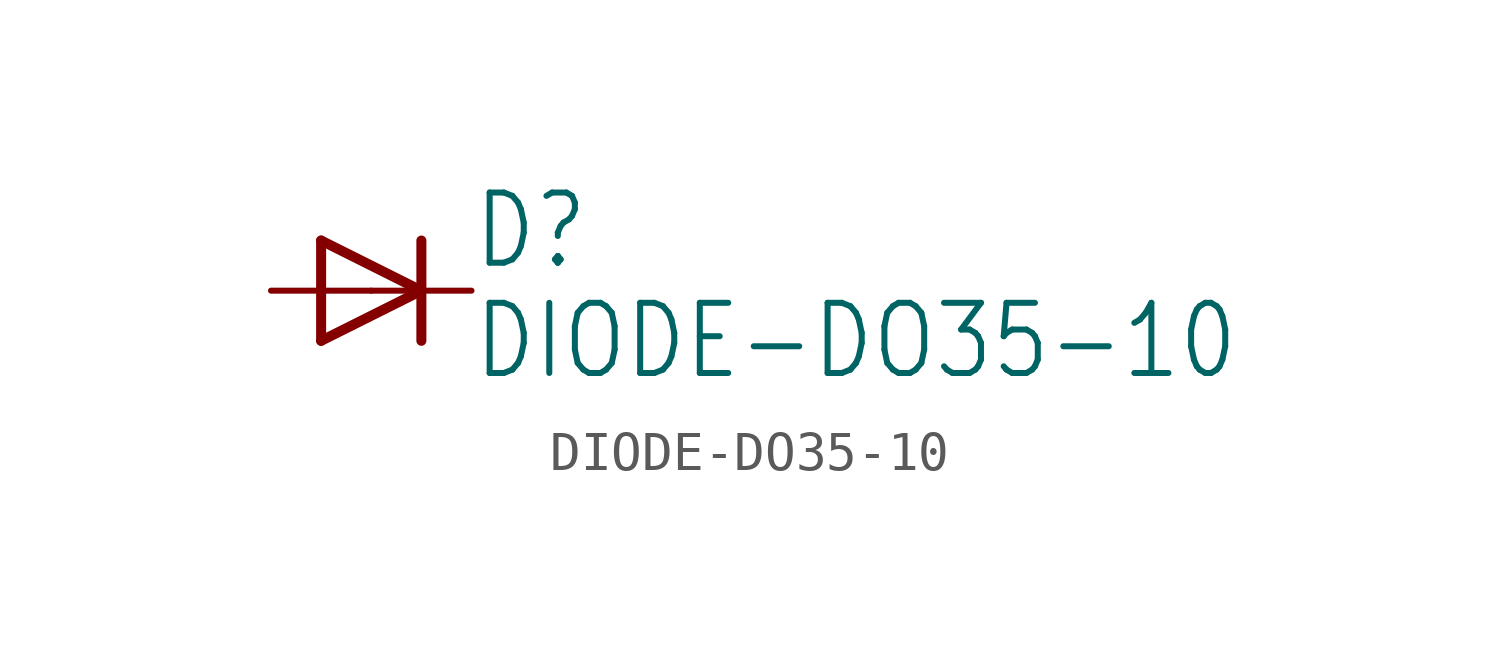
<source format=kicad_sym>
(kicad_symbol_lib
  (version 20211014)
  (generator kicad_symbol_editor)
  (symbol "DIODE-DO35-10"
    (property "Reference" "D"
      (at 2.54 0.483 0)
      (effects (font (size 1.778 1.511)) (justify left bottom)))
    (property "Value" "DIODE-DO35-10"
      (at 2.54 -2.311 0)
      (effects (font (size 1.778 1.511)) (justify left bottom)))
    (property "ki_locked" ""
      (at 0 0 0)
      (effects (font (size 1.27 1.27))))
    (symbol "DIODE-DO35-10_1_0"
      (polyline (pts (xy -1.27 -1.27) (xy 1.27 0)) (stroke (width 0.254) (type default) (color 0 0 0 0)) (fill (type none)))
      (polyline (pts (xy -1.27 1.27) (xy -1.27 -1.27)) (stroke (width 0.254) (type default) (color 0 0 0 0)) (fill (type none)))
      (polyline (pts (xy 1.27 0) (xy -1.27 1.27)) (stroke (width 0.254) (type default) (color 0 0 0 0)) (fill (type none)))
      (polyline (pts (xy 1.27 0) (xy 1.27 -1.27)) (stroke (width 0.254) (type default) (color 0 0 0 0)) (fill (type none)))
      (polyline (pts (xy 1.27 1.27) (xy 1.27 0)) (stroke (width 0.254) (type default) (color 0 0 0 0)) (fill (type none)))
      (pin passive line (at -2.54 0 0) (length 2.54) (name "A" (effects (font (size 0 0)))) (number "A" (effects (font (size 0 0)))))
      (pin passive line (at 2.54 0 180) (length 2.54) (name "C" (effects (font (size 0 0)))) (number "C" (effects (font (size 0 0))))))))
</source>
